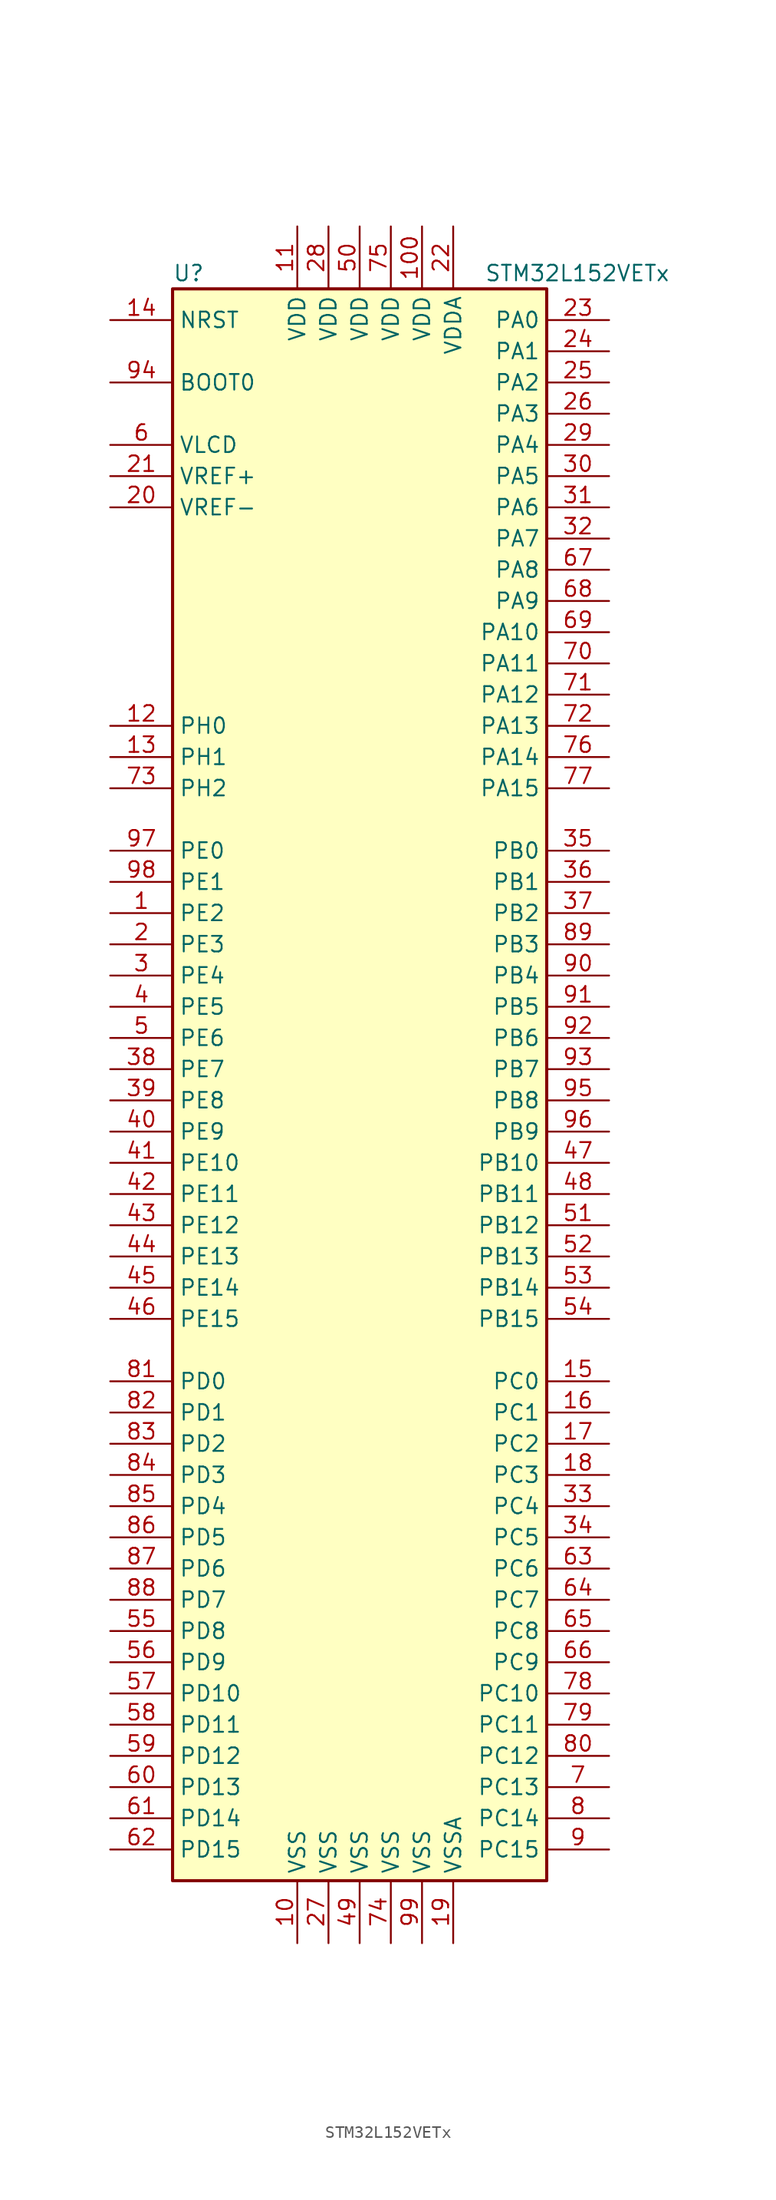
<source format=kicad_sym>
(kicad_symbol_lib
  (version 20201005)
  (generator kicad_symbol_editor)
  (symbol "MCU_ST_STM32L1:STM32L152VETx"
    (property "Reference" "U"
      (at -15.24 64.77 0)
      (effects (font (size 1.27 1.27)) (justify left)))
    (property "Value" "STM32L152VETx"
      (at 10.16 64.77 0)
      (effects (font (size 1.27 1.27)) (justify left)))
    (symbol "STM32L152VETx_0_1"
      (rectangle (start -15.24 -66.04) (end 15.24 63.5) (stroke (width 0.254)) (fill (type background))))
    (symbol "STM32L152VETx_1_1"
      (pin input line (at -20.32 55.88 0) (length 5.08) (name "BOOT0" (effects (font (size 1.27 1.27)))) (number "94" (effects (font (size 1.27 1.27)))))
      (pin input line (at -20.32 60.96 0) (length 5.08) (name "NRST" (effects (font (size 1.27 1.27)))) (number "14" (effects (font (size 1.27 1.27)))))
      (pin bidirectional line (at 20.32 60.96 180) (length 5.08) (name "PA0" (effects (font (size 1.27 1.27)))) (number "23" (effects (font (size 1.27 1.27)))))
      (pin bidirectional line (at 20.32 58.42 180) (length 5.08) (name "PA1" (effects (font (size 1.27 1.27)))) (number "24" (effects (font (size 1.27 1.27)))))
      (pin bidirectional line (at 20.32 35.56 180) (length 5.08) (name "PA10" (effects (font (size 1.27 1.27)))) (number "69" (effects (font (size 1.27 1.27)))))
      (pin bidirectional line (at 20.32 33.02 180) (length 5.08) (name "PA11" (effects (font (size 1.27 1.27)))) (number "70" (effects (font (size 1.27 1.27)))))
      (pin bidirectional line (at 20.32 30.48 180) (length 5.08) (name "PA12" (effects (font (size 1.27 1.27)))) (number "71" (effects (font (size 1.27 1.27)))))
      (pin bidirectional line (at 20.32 27.94 180) (length 5.08) (name "PA13" (effects (font (size 1.27 1.27)))) (number "72" (effects (font (size 1.27 1.27)))))
      (pin bidirectional line (at 20.32 25.4 180) (length 5.08) (name "PA14" (effects (font (size 1.27 1.27)))) (number "76" (effects (font (size 1.27 1.27)))))
      (pin bidirectional line (at 20.32 22.86 180) (length 5.08) (name "PA15" (effects (font (size 1.27 1.27)))) (number "77" (effects (font (size 1.27 1.27)))))
      (pin bidirectional line (at 20.32 55.88 180) (length 5.08) (name "PA2" (effects (font (size 1.27 1.27)))) (number "25" (effects (font (size 1.27 1.27)))))
      (pin bidirectional line (at 20.32 53.34 180) (length 5.08) (name "PA3" (effects (font (size 1.27 1.27)))) (number "26" (effects (font (size 1.27 1.27)))))
      (pin bidirectional line (at 20.32 50.8 180) (length 5.08) (name "PA4" (effects (font (size 1.27 1.27)))) (number "29" (effects (font (size 1.27 1.27)))))
      (pin bidirectional line (at 20.32 48.26 180) (length 5.08) (name "PA5" (effects (font (size 1.27 1.27)))) (number "30" (effects (font (size 1.27 1.27)))))
      (pin bidirectional line (at 20.32 45.72 180) (length 5.08) (name "PA6" (effects (font (size 1.27 1.27)))) (number "31" (effects (font (size 1.27 1.27)))))
      (pin bidirectional line (at 20.32 43.18 180) (length 5.08) (name "PA7" (effects (font (size 1.27 1.27)))) (number "32" (effects (font (size 1.27 1.27)))))
      (pin bidirectional line (at 20.32 40.64 180) (length 5.08) (name "PA8" (effects (font (size 1.27 1.27)))) (number "67" (effects (font (size 1.27 1.27)))))
      (pin bidirectional line (at 20.32 38.1 180) (length 5.08) (name "PA9" (effects (font (size 1.27 1.27)))) (number "68" (effects (font (size 1.27 1.27)))))
      (pin bidirectional line (at 20.32 17.78 180) (length 5.08) (name "PB0" (effects (font (size 1.27 1.27)))) (number "35" (effects (font (size 1.27 1.27)))))
      (pin bidirectional line (at 20.32 15.24 180) (length 5.08) (name "PB1" (effects (font (size 1.27 1.27)))) (number "36" (effects (font (size 1.27 1.27)))))
      (pin bidirectional line (at 20.32 -7.62 180) (length 5.08) (name "PB10" (effects (font (size 1.27 1.27)))) (number "47" (effects (font (size 1.27 1.27)))))
      (pin bidirectional line (at 20.32 -10.16 180) (length 5.08) (name "PB11" (effects (font (size 1.27 1.27)))) (number "48" (effects (font (size 1.27 1.27)))))
      (pin bidirectional line (at 20.32 -12.7 180) (length 5.08) (name "PB12" (effects (font (size 1.27 1.27)))) (number "51" (effects (font (size 1.27 1.27)))))
      (pin bidirectional line (at 20.32 -15.24 180) (length 5.08) (name "PB13" (effects (font (size 1.27 1.27)))) (number "52" (effects (font (size 1.27 1.27)))))
      (pin bidirectional line (at 20.32 -17.78 180) (length 5.08) (name "PB14" (effects (font (size 1.27 1.27)))) (number "53" (effects (font (size 1.27 1.27)))))
      (pin bidirectional line (at 20.32 -20.32 180) (length 5.08) (name "PB15" (effects (font (size 1.27 1.27)))) (number "54" (effects (font (size 1.27 1.27)))))
      (pin bidirectional line (at 20.32 12.7 180) (length 5.08) (name "PB2" (effects (font (size 1.27 1.27)))) (number "37" (effects (font (size 1.27 1.27)))))
      (pin bidirectional line (at 20.32 10.16 180) (length 5.08) (name "PB3" (effects (font (size 1.27 1.27)))) (number "89" (effects (font (size 1.27 1.27)))))
      (pin bidirectional line (at 20.32 7.62 180) (length 5.08) (name "PB4" (effects (font (size 1.27 1.27)))) (number "90" (effects (font (size 1.27 1.27)))))
      (pin bidirectional line (at 20.32 5.08 180) (length 5.08) (name "PB5" (effects (font (size 1.27 1.27)))) (number "91" (effects (font (size 1.27 1.27)))))
      (pin bidirectional line (at 20.32 2.54 180) (length 5.08) (name "PB6" (effects (font (size 1.27 1.27)))) (number "92" (effects (font (size 1.27 1.27)))))
      (pin bidirectional line (at 20.32 0 180) (length 5.08) (name "PB7" (effects (font (size 1.27 1.27)))) (number "93" (effects (font (size 1.27 1.27)))))
      (pin bidirectional line (at 20.32 -2.54 180) (length 5.08) (name "PB8" (effects (font (size 1.27 1.27)))) (number "95" (effects (font (size 1.27 1.27)))))
      (pin bidirectional line (at 20.32 -5.08 180) (length 5.08) (name "PB9" (effects (font (size 1.27 1.27)))) (number "96" (effects (font (size 1.27 1.27)))))
      (pin bidirectional line (at 20.32 -25.4 180) (length 5.08) (name "PC0" (effects (font (size 1.27 1.27)))) (number "15" (effects (font (size 1.27 1.27)))))
      (pin bidirectional line (at 20.32 -27.94 180) (length 5.08) (name "PC1" (effects (font (size 1.27 1.27)))) (number "16" (effects (font (size 1.27 1.27)))))
      (pin bidirectional line (at 20.32 -50.8 180) (length 5.08) (name "PC10" (effects (font (size 1.27 1.27)))) (number "78" (effects (font (size 1.27 1.27)))))
      (pin bidirectional line (at 20.32 -53.34 180) (length 5.08) (name "PC11" (effects (font (size 1.27 1.27)))) (number "79" (effects (font (size 1.27 1.27)))))
      (pin bidirectional line (at 20.32 -55.88 180) (length 5.08) (name "PC12" (effects (font (size 1.27 1.27)))) (number "80" (effects (font (size 1.27 1.27)))))
      (pin bidirectional line (at 20.32 -58.42 180) (length 5.08) (name "PC13" (effects (font (size 1.27 1.27)))) (number "7" (effects (font (size 1.27 1.27)))))
      (pin bidirectional line (at 20.32 -60.96 180) (length 5.08) (name "PC14" (effects (font (size 1.27 1.27)))) (number "8" (effects (font (size 1.27 1.27)))))
      (pin bidirectional line (at 20.32 -63.5 180) (length 5.08) (name "PC15" (effects (font (size 1.27 1.27)))) (number "9" (effects (font (size 1.27 1.27)))))
      (pin bidirectional line (at 20.32 -30.48 180) (length 5.08) (name "PC2" (effects (font (size 1.27 1.27)))) (number "17" (effects (font (size 1.27 1.27)))))
      (pin bidirectional line (at 20.32 -33.02 180) (length 5.08) (name "PC3" (effects (font (size 1.27 1.27)))) (number "18" (effects (font (size 1.27 1.27)))))
      (pin bidirectional line (at 20.32 -35.56 180) (length 5.08) (name "PC4" (effects (font (size 1.27 1.27)))) (number "33" (effects (font (size 1.27 1.27)))))
      (pin bidirectional line (at 20.32 -38.1 180) (length 5.08) (name "PC5" (effects (font (size 1.27 1.27)))) (number "34" (effects (font (size 1.27 1.27)))))
      (pin bidirectional line (at 20.32 -40.64 180) (length 5.08) (name "PC6" (effects (font (size 1.27 1.27)))) (number "63" (effects (font (size 1.27 1.27)))))
      (pin bidirectional line (at 20.32 -43.18 180) (length 5.08) (name "PC7" (effects (font (size 1.27 1.27)))) (number "64" (effects (font (size 1.27 1.27)))))
      (pin bidirectional line (at 20.32 -45.72 180) (length 5.08) (name "PC8" (effects (font (size 1.27 1.27)))) (number "65" (effects (font (size 1.27 1.27)))))
      (pin bidirectional line (at 20.32 -48.26 180) (length 5.08) (name "PC9" (effects (font (size 1.27 1.27)))) (number "66" (effects (font (size 1.27 1.27)))))
      (pin bidirectional line (at -20.32 -25.4 0) (length 5.08) (name "PD0" (effects (font (size 1.27 1.27)))) (number "81" (effects (font (size 1.27 1.27)))))
      (pin bidirectional line (at -20.32 -27.94 0) (length 5.08) (name "PD1" (effects (font (size 1.27 1.27)))) (number "82" (effects (font (size 1.27 1.27)))))
      (pin bidirectional line (at -20.32 -50.8 0) (length 5.08) (name "PD10" (effects (font (size 1.27 1.27)))) (number "57" (effects (font (size 1.27 1.27)))))
      (pin bidirectional line (at -20.32 -53.34 0) (length 5.08) (name "PD11" (effects (font (size 1.27 1.27)))) (number "58" (effects (font (size 1.27 1.27)))))
      (pin bidirectional line (at -20.32 -55.88 0) (length 5.08) (name "PD12" (effects (font (size 1.27 1.27)))) (number "59" (effects (font (size 1.27 1.27)))))
      (pin bidirectional line (at -20.32 -58.42 0) (length 5.08) (name "PD13" (effects (font (size 1.27 1.27)))) (number "60" (effects (font (size 1.27 1.27)))))
      (pin bidirectional line (at -20.32 -60.96 0) (length 5.08) (name "PD14" (effects (font (size 1.27 1.27)))) (number "61" (effects (font (size 1.27 1.27)))))
      (pin bidirectional line (at -20.32 -63.5 0) (length 5.08) (name "PD15" (effects (font (size 1.27 1.27)))) (number "62" (effects (font (size 1.27 1.27)))))
      (pin bidirectional line (at -20.32 -30.48 0) (length 5.08) (name "PD2" (effects (font (size 1.27 1.27)))) (number "83" (effects (font (size 1.27 1.27)))))
      (pin bidirectional line (at -20.32 -33.02 0) (length 5.08) (name "PD3" (effects (font (size 1.27 1.27)))) (number "84" (effects (font (size 1.27 1.27)))))
      (pin bidirectional line (at -20.32 -35.56 0) (length 5.08) (name "PD4" (effects (font (size 1.27 1.27)))) (number "85" (effects (font (size 1.27 1.27)))))
      (pin bidirectional line (at -20.32 -38.1 0) (length 5.08) (name "PD5" (effects (font (size 1.27 1.27)))) (number "86" (effects (font (size 1.27 1.27)))))
      (pin bidirectional line (at -20.32 -40.64 0) (length 5.08) (name "PD6" (effects (font (size 1.27 1.27)))) (number "87" (effects (font (size 1.27 1.27)))))
      (pin bidirectional line (at -20.32 -43.18 0) (length 5.08) (name "PD7" (effects (font (size 1.27 1.27)))) (number "88" (effects (font (size 1.27 1.27)))))
      (pin bidirectional line (at -20.32 -45.72 0) (length 5.08) (name "PD8" (effects (font (size 1.27 1.27)))) (number "55" (effects (font (size 1.27 1.27)))))
      (pin bidirectional line (at -20.32 -48.26 0) (length 5.08) (name "PD9" (effects (font (size 1.27 1.27)))) (number "56" (effects (font (size 1.27 1.27)))))
      (pin bidirectional line (at -20.32 17.78 0) (length 5.08) (name "PE0" (effects (font (size 1.27 1.27)))) (number "97" (effects (font (size 1.27 1.27)))))
      (pin bidirectional line (at -20.32 15.24 0) (length 5.08) (name "PE1" (effects (font (size 1.27 1.27)))) (number "98" (effects (font (size 1.27 1.27)))))
      (pin bidirectional line (at -20.32 -7.62 0) (length 5.08) (name "PE10" (effects (font (size 1.27 1.27)))) (number "41" (effects (font (size 1.27 1.27)))))
      (pin bidirectional line (at -20.32 -10.16 0) (length 5.08) (name "PE11" (effects (font (size 1.27 1.27)))) (number "42" (effects (font (size 1.27 1.27)))))
      (pin bidirectional line (at -20.32 -12.7 0) (length 5.08) (name "PE12" (effects (font (size 1.27 1.27)))) (number "43" (effects (font (size 1.27 1.27)))))
      (pin bidirectional line (at -20.32 -15.24 0) (length 5.08) (name "PE13" (effects (font (size 1.27 1.27)))) (number "44" (effects (font (size 1.27 1.27)))))
      (pin bidirectional line (at -20.32 -17.78 0) (length 5.08) (name "PE14" (effects (font (size 1.27 1.27)))) (number "45" (effects (font (size 1.27 1.27)))))
      (pin bidirectional line (at -20.32 -20.32 0) (length 5.08) (name "PE15" (effects (font (size 1.27 1.27)))) (number "46" (effects (font (size 1.27 1.27)))))
      (pin bidirectional line (at -20.32 12.7 0) (length 5.08) (name "PE2" (effects (font (size 1.27 1.27)))) (number "1" (effects (font (size 1.27 1.27)))))
      (pin bidirectional line (at -20.32 10.16 0) (length 5.08) (name "PE3" (effects (font (size 1.27 1.27)))) (number "2" (effects (font (size 1.27 1.27)))))
      (pin bidirectional line (at -20.32 7.62 0) (length 5.08) (name "PE4" (effects (font (size 1.27 1.27)))) (number "3" (effects (font (size 1.27 1.27)))))
      (pin bidirectional line (at -20.32 5.08 0) (length 5.08) (name "PE5" (effects (font (size 1.27 1.27)))) (number "4" (effects (font (size 1.27 1.27)))))
      (pin bidirectional line (at -20.32 2.54 0) (length 5.08) (name "PE6" (effects (font (size 1.27 1.27)))) (number "5" (effects (font (size 1.27 1.27)))))
      (pin bidirectional line (at -20.32 0 0) (length 5.08) (name "PE7" (effects (font (size 1.27 1.27)))) (number "38" (effects (font (size 1.27 1.27)))))
      (pin bidirectional line (at -20.32 -2.54 0) (length 5.08) (name "PE8" (effects (font (size 1.27 1.27)))) (number "39" (effects (font (size 1.27 1.27)))))
      (pin bidirectional line (at -20.32 -5.08 0) (length 5.08) (name "PE9" (effects (font (size 1.27 1.27)))) (number "40" (effects (font (size 1.27 1.27)))))
      (pin input line (at -20.32 27.94 0) (length 5.08) (name "PH0" (effects (font (size 1.27 1.27)))) (number "12" (effects (font (size 1.27 1.27)))))
      (pin input line (at -20.32 25.4 0) (length 5.08) (name "PH1" (effects (font (size 1.27 1.27)))) (number "13" (effects (font (size 1.27 1.27)))))
      (pin bidirectional line (at -20.32 22.86 0) (length 5.08) (name "PH2" (effects (font (size 1.27 1.27)))) (number "73" (effects (font (size 1.27 1.27)))))
      (pin power_in line (at 5.08 68.58 270) (length 5.08) (name "VDD" (effects (font (size 1.27 1.27)))) (number "100" (effects (font (size 1.27 1.27)))))
      (pin power_in line (at -5.08 68.58 270) (length 5.08) (name "VDD" (effects (font (size 1.27 1.27)))) (number "11" (effects (font (size 1.27 1.27)))))
      (pin power_in line (at -2.54 68.58 270) (length 5.08) (name "VDD" (effects (font (size 1.27 1.27)))) (number "28" (effects (font (size 1.27 1.27)))))
      (pin power_in line (at 0 68.58 270) (length 5.08) (name "VDD" (effects (font (size 1.27 1.27)))) (number "50" (effects (font (size 1.27 1.27)))))
      (pin power_in line (at 2.54 68.58 270) (length 5.08) (name "VDD" (effects (font (size 1.27 1.27)))) (number "75" (effects (font (size 1.27 1.27)))))
      (pin power_in line (at 7.62 68.58 270) (length 5.08) (name "VDDA" (effects (font (size 1.27 1.27)))) (number "22" (effects (font (size 1.27 1.27)))))
      (pin power_in line (at -20.32 50.8 0) (length 5.08) (name "VLCD" (effects (font (size 1.27 1.27)))) (number "6" (effects (font (size 1.27 1.27)))))
      (pin power_in line (at -20.32 48.26 0) (length 5.08) (name "VREF+" (effects (font (size 1.27 1.27)))) (number "21" (effects (font (size 1.27 1.27)))))
      (pin power_in line (at -20.32 45.72 0) (length 5.08) (name "VREF-" (effects (font (size 1.27 1.27)))) (number "20" (effects (font (size 1.27 1.27)))))
      (pin power_in line (at -5.08 -71.12 90) (length 5.08) (name "VSS" (effects (font (size 1.27 1.27)))) (number "10" (effects (font (size 1.27 1.27)))))
      (pin power_in line (at -2.54 -71.12 90) (length 5.08) (name "VSS" (effects (font (size 1.27 1.27)))) (number "27" (effects (font (size 1.27 1.27)))))
      (pin power_in line (at 0 -71.12 90) (length 5.08) (name "VSS" (effects (font (size 1.27 1.27)))) (number "49" (effects (font (size 1.27 1.27)))))
      (pin power_in line (at 2.54 -71.12 90) (length 5.08) (name "VSS" (effects (font (size 1.27 1.27)))) (number "74" (effects (font (size 1.27 1.27)))))
      (pin power_in line (at 5.08 -71.12 90) (length 5.08) (name "VSS" (effects (font (size 1.27 1.27)))) (number "99" (effects (font (size 1.27 1.27)))))
      (pin power_in line (at 7.62 -71.12 90) (length 5.08) (name "VSSA" (effects (font (size 1.27 1.27)))) (number "19" (effects (font (size 1.27 1.27))))))))
</source>
